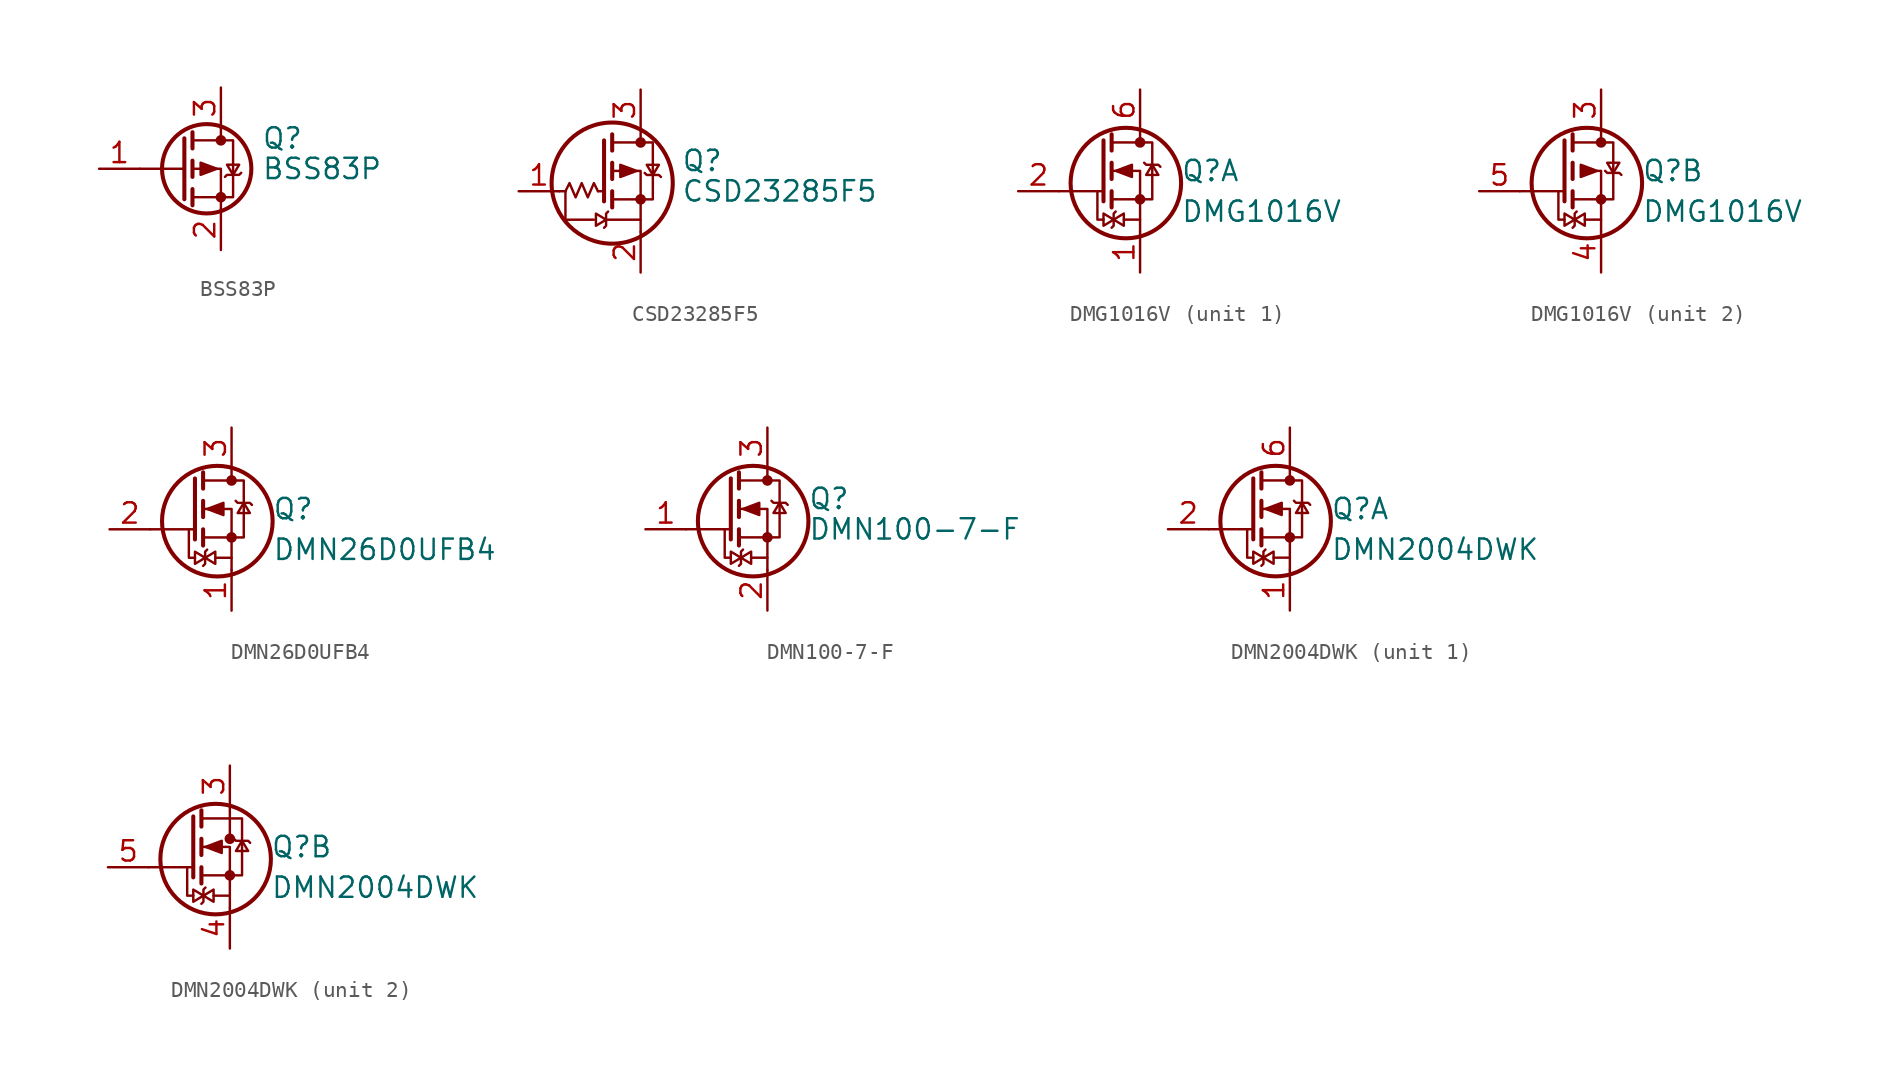
<source format=kicad_sym>
(kicad_symbol_lib
  (version 20220914)
  (generator kicad_symbol_editor)
  (symbol "BSS83P"
    (pin_names hide)
    (property "Reference" "Q"
      (at 5.08 1.905 0)
      (effects (font (size 1.27 1.27)) (justify left)))
    (property "Value" "BSS83P"
      (at 5.08 0 0)
      (effects (font (size 1.27 1.27)) (justify left)))
    (symbol "BSS83P_0_1"
      (polyline (pts (xy 0.254 0) (xy -2.54 0)) (stroke (width 0) (type default)) (fill (type none)))
      (polyline (pts (xy 0.254 1.905) (xy 0.254 -1.905)) (stroke (width 0.254) (type default)) (fill (type none)))
      (polyline (pts (xy 0.762 -1.27) (xy 0.762 -2.286)) (stroke (width 0.254) (type default)) (fill (type none)))
      (polyline (pts (xy 0.762 0.508) (xy 0.762 -0.508)) (stroke (width 0.254) (type default)) (fill (type none)))
      (polyline (pts (xy 0.762 2.286) (xy 0.762 1.27)) (stroke (width 0.254) (type default)) (fill (type none)))
      (polyline (pts (xy 2.54 2.54) (xy 2.54 1.778)) (stroke (width 0) (type default)) (fill (type none)))
      (polyline (pts (xy 2.54 -2.54) (xy 2.54 0) (xy 0.762 0)) (stroke (width 0) (type default)) (fill (type none)))
      (polyline (pts (xy 0.762 1.778) (xy 3.302 1.778) (xy 3.302 -1.778) (xy 0.762 -1.778)) (stroke (width 0) (type default)) (fill (type none)))
      (polyline (pts (xy 2.286 0) (xy 1.27 0.381) (xy 1.27 -0.381) (xy 2.286 0)) (stroke (width 0) (type default)) (fill (type outline)))
      (polyline (pts (xy 2.794 -0.508) (xy 2.921 -0.381) (xy 3.683 -0.381) (xy 3.81 -0.254)) (stroke (width 0) (type default)) (fill (type none)))
      (polyline (pts (xy 3.302 -0.381) (xy 2.921 0.254) (xy 3.683 0.254) (xy 3.302 -0.381)) (stroke (width 0) (type default)) (fill (type none)))
      (circle (center 1.651 0) (radius 2.794) (stroke (width 0.254) (type default)) (fill (type none)))
      (circle (center 2.54 -1.778) (radius 0.254) (stroke (width 0) (type default)) (fill (type outline)))
      (circle (center 2.54 1.778) (radius 0.254) (stroke (width 0) (type default)) (fill (type outline))))
    (symbol "BSS83P_1_1"
      (pin input line (at -5.08 0 0) (length 2.54) (name "G" (effects (font (size 1.27 1.27)))) (number "1" (effects (font (size 1.27 1.27)))))
      (pin passive line (at 2.54 -5.08 90) (length 2.54) (name "S" (effects (font (size 1.27 1.27)))) (number "2" (effects (font (size 1.27 1.27)))))
      (pin passive line (at 2.54 5.08 270) (length 2.54) (name "D" (effects (font (size 1.27 1.27)))) (number "3" (effects (font (size 1.27 1.27)))))))
  (symbol "CSD23285F5"
    (pin_names hide)
    (property "Reference" "Q"
      (at 5.08 1.905 0)
      (effects (font (size 1.27 1.27)) (justify left)))
    (property "Value" "CSD23285F5"
      (at 5.08 0 0)
      (effects (font (size 1.27 1.27)) (justify left)))
    (symbol "CSD23285F5_0_1"
      (polyline (pts (xy -2.159 0) (xy -2.54 0)) (stroke (width 0) (type default)) (fill (type none)))
      (polyline (pts (xy -0.127 0) (xy 0.127 0)) (stroke (width 0) (type default)) (fill (type none)))
      (polyline (pts (xy 0.254 3.175) (xy 0.254 -0.635)) (stroke (width 0.254) (type default)) (fill (type none)))
      (polyline (pts (xy 0.762 0) (xy 0.762 -1.016)) (stroke (width 0.254) (type default)) (fill (type none)))
      (polyline (pts (xy 0.762 1.778) (xy 0.762 0.762)) (stroke (width 0.254) (type default)) (fill (type none)))
      (polyline (pts (xy 0.762 3.556) (xy 0.762 2.54)) (stroke (width 0.254) (type default)) (fill (type none)))
      (polyline (pts (xy 2.54 -1.778) (xy 0.381 -1.778)) (stroke (width 0) (type default)) (fill (type none)))
      (polyline (pts (xy 2.54 3.81) (xy 2.54 3.048)) (stroke (width 0) (type default)) (fill (type none)))
      (polyline (pts (xy -2.159 0) (xy -2.159 -1.778) (xy -0.381 -1.778)) (stroke (width 0) (type default)) (fill (type none)))
      (polyline (pts (xy 2.54 -2.54) (xy 2.54 1.27) (xy 0.762 1.27)) (stroke (width 0) (type default)) (fill (type none)))
      (polyline (pts (xy 0.762 -0.508) (xy 3.302 -0.508) (xy 3.302 3.048) (xy 0.762 3.048)) (stroke (width 0) (type default)) (fill (type none)))
      (polyline (pts (xy 2.286 1.27) (xy 1.27 0.889) (xy 1.27 1.651) (xy 2.286 1.27)) (stroke (width 0) (type default)) (fill (type outline)))
      (polyline (pts (xy 3.302 1.016) (xy 3.683 1.651) (xy 2.921 1.651) (xy 3.302 1.016)) (stroke (width 0) (type default)) (fill (type none)))
      (polyline (pts (xy 3.81 0.889) (xy 3.683 1.016) (xy 2.921 1.016) (xy 2.794 1.143)) (stroke (width 0) (type default)) (fill (type none)))
      (polyline (pts (xy -2.159 0) (xy -1.905 0.508) (xy -1.524 -0.381) (xy -1.143 0.508) (xy -0.762 -0.381) (xy -0.381 0.508) (xy -0.127 0)) (stroke (width 0) (type default)) (fill (type none)))
      (circle (center 2.54 -0.508) (radius 0.254) (stroke (width 0) (type default)) (fill (type outline)))
      (circle (center 2.54 3.048) (radius 0.254) (stroke (width 0) (type default)) (fill (type outline))))
    (symbol "CSD23285F5_1_1"
      (polyline (pts (xy 0.381 -1.778) (xy -0.254 -1.397) (xy -0.254 -2.159) (xy 0.381 -1.778)) (stroke (width 0) (type default)) (fill (type none)))
      (polyline (pts (xy 0.508 -1.27) (xy 0.381 -1.397) (xy 0.381 -2.159) (xy 0.254 -2.286)) (stroke (width 0) (type default)) (fill (type none)))
      (circle (center 0.762 0.508) (radius 3.785) (stroke (width 0.254) (type default)) (fill (type none)))
      (pin input line (at -5.08 0 0) (length 2.54) (name "G" (effects (font (size 1.27 1.27)))) (number "1" (effects (font (size 1.27 1.27)))))
      (pin passive line (at 2.54 -5.08 90) (length 2.54) (name "S" (effects (font (size 1.27 1.27)))) (number "2" (effects (font (size 1.27 1.27)))))
      (pin passive line (at 2.54 6.35 270) (length 2.54) (name "D" (effects (font (size 1.27 1.27)))) (number "3" (effects (font (size 1.27 1.27)))))))
  (symbol "DMG1016V"
    (pin_names
      (offset 1.016) hide)
    (property "Reference" "Q"
      (at 7.62 1.27 0)
      (effects (font (size 1.27 1.27)) (justify left)))
    (property "Value" "DMG1016V"
      (at 7.62 -1.27 0)
      (effects (font (size 1.27 1.27)) (justify left)))
    (property "ki_locked" ""
      (at 0 0 0)
      (effects (font (size 1.27 1.27))))
    (symbol "DMG1016V_1_1"
      (polyline (pts (xy 2.794 0) (xy 0 0)) (stroke (width 0) (type default)) (fill (type none)))
      (polyline (pts (xy 2.794 3.175) (xy 2.794 -0.635)) (stroke (width 0.254) (type default)) (fill (type none)))
      (polyline (pts (xy 3.302 0) (xy 3.302 -1.016)) (stroke (width 0.254) (type default)) (fill (type none)))
      (polyline (pts (xy 3.302 1.778) (xy 3.302 0.762)) (stroke (width 0.254) (type default)) (fill (type none)))
      (polyline (pts (xy 3.302 3.556) (xy 3.302 2.54)) (stroke (width 0.254) (type default)) (fill (type none)))
      (polyline (pts (xy 5.08 -1.778) (xy 4.064 -1.778)) (stroke (width 0) (type default)) (fill (type none)))
      (polyline (pts (xy 5.08 3.81) (xy 5.08 3.048)) (stroke (width 0) (type default)) (fill (type none)))
      (polyline (pts (xy 2.413 0) (xy 2.413 -1.778) (xy 2.794 -1.778)) (stroke (width 0) (type default)) (fill (type none)))
      (polyline (pts (xy 5.08 -2.54) (xy 5.08 1.27) (xy 3.302 1.27)) (stroke (width 0) (type default)) (fill (type none)))
      (polyline (pts (xy 3.302 -2.286) (xy 3.429 -2.159) (xy 3.429 -1.397) (xy 3.556 -1.27)) (stroke (width 0) (type default)) (fill (type none)))
      (polyline (pts (xy 3.302 -0.508) (xy 5.842 -0.508) (xy 5.842 3.048) (xy 3.302 3.048)) (stroke (width 0) (type default)) (fill (type none)))
      (polyline (pts (xy 3.429 -1.778) (xy 2.794 -1.397) (xy 2.794 -2.159) (xy 3.429 -1.778)) (stroke (width 0) (type default)) (fill (type none)))
      (polyline (pts (xy 3.429 -1.778) (xy 4.064 -2.159) (xy 4.064 -1.397) (xy 3.429 -1.778)) (stroke (width 0) (type default)) (fill (type none)))
      (polyline (pts (xy 3.556 1.27) (xy 4.572 1.651) (xy 4.572 0.889) (xy 3.556 1.27)) (stroke (width 0) (type default)) (fill (type outline)))
      (polyline (pts (xy 5.334 1.778) (xy 5.461 1.651) (xy 6.223 1.651) (xy 6.35 1.524)) (stroke (width 0) (type default)) (fill (type none)))
      (polyline (pts (xy 5.842 1.651) (xy 5.461 1.016) (xy 6.223 1.016) (xy 5.842 1.651)) (stroke (width 0) (type default)) (fill (type none)))
      (circle (center 4.191 0.508) (radius 3.454) (stroke (width 0.254) (type default)) (fill (type none)))
      (circle (center 5.08 -0.508) (radius 0.254) (stroke (width 0) (type default)) (fill (type outline)))
      (circle (center 5.08 3.048) (radius 0.254) (stroke (width 0) (type default)) (fill (type outline)))
      (pin passive line (at 5.08 -5.08 90) (length 2.54) (name "S1" (effects (font (size 1.27 1.27)))) (number "1" (effects (font (size 1.27 1.27)))))
      (pin input line (at -2.54 0 0) (length 2.54) (name "G1" (effects (font (size 1.27 1.27)))) (number "2" (effects (font (size 1.27 1.27)))))
      (pin passive line (at 5.08 6.35 270) (length 2.54) (name "D1" (effects (font (size 1.27 1.27)))) (number "6" (effects (font (size 1.27 1.27))))))
    (symbol "DMG1016V_2_1"
      (polyline (pts (xy 2.794 0) (xy 0 0)) (stroke (width 0) (type default)) (fill (type none)))
      (polyline (pts (xy 2.794 3.175) (xy 2.794 -0.635)) (stroke (width 0.254) (type default)) (fill (type none)))
      (polyline (pts (xy 3.302 0) (xy 3.302 -1.016)) (stroke (width 0.254) (type default)) (fill (type none)))
      (polyline (pts (xy 3.302 1.778) (xy 3.302 0.762)) (stroke (width 0.254) (type default)) (fill (type none)))
      (polyline (pts (xy 3.302 3.556) (xy 3.302 2.54)) (stroke (width 0.254) (type default)) (fill (type none)))
      (polyline (pts (xy 5.08 -1.778) (xy 4.064 -1.778)) (stroke (width 0) (type default)) (fill (type none)))
      (polyline (pts (xy 5.08 3.81) (xy 5.08 3.048)) (stroke (width 0) (type default)) (fill (type none)))
      (polyline (pts (xy 2.413 0) (xy 2.413 -1.778) (xy 2.794 -1.778)) (stroke (width 0) (type default)) (fill (type none)))
      (polyline (pts (xy 5.08 -2.54) (xy 5.08 1.27) (xy 4.826 1.27)) (stroke (width 0) (type default)) (fill (type none)))
      (polyline (pts (xy 3.302 -2.286) (xy 3.429 -2.159) (xy 3.429 -1.397) (xy 3.556 -1.27)) (stroke (width 0) (type default)) (fill (type none)))
      (polyline (pts (xy 3.302 -0.508) (xy 5.842 -0.508) (xy 5.842 3.048) (xy 3.302 3.048)) (stroke (width 0) (type default)) (fill (type none)))
      (polyline (pts (xy 3.429 -1.778) (xy 2.794 -1.397) (xy 2.794 -2.159) (xy 3.429 -1.778)) (stroke (width 0) (type default)) (fill (type none)))
      (polyline (pts (xy 3.429 -1.778) (xy 4.064 -2.159) (xy 4.064 -1.397) (xy 3.429 -1.778)) (stroke (width 0) (type default)) (fill (type none)))
      (polyline (pts (xy 4.826 1.27) (xy 3.81 0.889) (xy 3.81 1.651) (xy 4.826 1.27)) (stroke (width 0) (type default)) (fill (type outline)))
      (polyline (pts (xy 5.842 1.143) (xy 6.223 1.778) (xy 5.461 1.778) (xy 5.842 1.143)) (stroke (width 0) (type default)) (fill (type none)))
      (polyline (pts (xy 6.35 1.016) (xy 6.223 1.143) (xy 5.461 1.143) (xy 5.334 1.27)) (stroke (width 0) (type default)) (fill (type none)))
      (circle (center 4.191 0.508) (radius 3.454) (stroke (width 0.254) (type default)) (fill (type none)))
      (circle (center 5.08 -0.508) (radius 0.254) (stroke (width 0) (type default)) (fill (type outline)))
      (circle (center 5.08 3.048) (radius 0.254) (stroke (width 0) (type default)) (fill (type outline)))
      (pin passive line (at 5.08 6.35 270) (length 2.54) (name "D2" (effects (font (size 1.27 1.27)))) (number "3" (effects (font (size 1.27 1.27)))))
      (pin passive line (at 5.08 -5.08 90) (length 2.54) (name "S2" (effects (font (size 1.27 1.27)))) (number "4" (effects (font (size 1.27 1.27)))))
      (pin input line (at -2.54 0 0) (length 2.54) (name "G2" (effects (font (size 1.27 1.27)))) (number "5" (effects (font (size 1.27 1.27)))))))
  (symbol "DMN26D0UFB4"
    (pin_names
      (offset 1.016) hide)
    (property "Reference" "Q"
      (at 7.62 1.27 0)
      (effects (font (size 1.27 1.27)) (justify left)))
    (property "Value" "DMN26D0UFB4"
      (at 7.62 -1.27 0)
      (effects (font (size 1.27 1.27)) (justify left)))
    (symbol "DMN26D0UFB4_1_1"
      (polyline (pts (xy 2.794 0) (xy 0 0)) (stroke (width 0) (type default)) (fill (type none)))
      (polyline (pts (xy 2.794 3.175) (xy 2.794 -0.635)) (stroke (width 0.254) (type default)) (fill (type none)))
      (polyline (pts (xy 3.302 0) (xy 3.302 -1.016)) (stroke (width 0.254) (type default)) (fill (type none)))
      (polyline (pts (xy 3.302 1.778) (xy 3.302 0.762)) (stroke (width 0.254) (type default)) (fill (type none)))
      (polyline (pts (xy 3.302 3.556) (xy 3.302 2.54)) (stroke (width 0.254) (type default)) (fill (type none)))
      (polyline (pts (xy 5.08 -1.778) (xy 4.064 -1.778)) (stroke (width 0) (type default)) (fill (type none)))
      (polyline (pts (xy 5.08 3.81) (xy 5.08 3.048)) (stroke (width 0) (type default)) (fill (type none)))
      (polyline (pts (xy 2.413 0) (xy 2.413 -1.778) (xy 2.794 -1.778)) (stroke (width 0) (type default)) (fill (type none)))
      (polyline (pts (xy 5.08 -2.54) (xy 5.08 1.27) (xy 3.302 1.27)) (stroke (width 0) (type default)) (fill (type none)))
      (polyline (pts (xy 3.302 -2.286) (xy 3.429 -2.159) (xy 3.429 -1.397) (xy 3.556 -1.27)) (stroke (width 0) (type default)) (fill (type none)))
      (polyline (pts (xy 3.302 -0.508) (xy 5.842 -0.508) (xy 5.842 3.048) (xy 3.302 3.048)) (stroke (width 0) (type default)) (fill (type none)))
      (polyline (pts (xy 3.429 -1.778) (xy 2.794 -1.397) (xy 2.794 -2.159) (xy 3.429 -1.778)) (stroke (width 0) (type default)) (fill (type none)))
      (polyline (pts (xy 3.429 -1.778) (xy 4.064 -2.159) (xy 4.064 -1.397) (xy 3.429 -1.778)) (stroke (width 0) (type default)) (fill (type none)))
      (polyline (pts (xy 3.556 1.27) (xy 4.572 1.651) (xy 4.572 0.889) (xy 3.556 1.27)) (stroke (width 0) (type default)) (fill (type outline)))
      (polyline (pts (xy 5.334 1.778) (xy 5.461 1.651) (xy 6.223 1.651) (xy 6.35 1.524)) (stroke (width 0) (type default)) (fill (type none)))
      (polyline (pts (xy 5.842 1.651) (xy 5.461 1.016) (xy 6.223 1.016) (xy 5.842 1.651)) (stroke (width 0) (type default)) (fill (type none)))
      (circle (center 4.191 0.508) (radius 3.454) (stroke (width 0.254) (type default)) (fill (type none)))
      (circle (center 5.08 -0.508) (radius 0.254) (stroke (width 0) (type default)) (fill (type outline)))
      (circle (center 5.08 3.048) (radius 0.254) (stroke (width 0) (type default)) (fill (type outline)))
      (pin passive line (at 5.08 -5.08 90) (length 2.54) (name "S" (effects (font (size 1.27 1.27)))) (number "1" (effects (font (size 1.27 1.27)))))
      (pin input line (at -2.54 0 0) (length 2.54) (name "G" (effects (font (size 1.27 1.27)))) (number "2" (effects (font (size 1.27 1.27)))))
      (pin passive line (at 5.08 6.35 270) (length 2.54) (name "D" (effects (font (size 1.27 1.27)))) (number "3" (effects (font (size 1.27 1.27)))))))
  (symbol "DMN100-7-F"
    (pin_names hide)
    (property "Reference" "Q"
      (at 5.08 1.905 0)
      (effects (font (size 1.27 1.27)) (justify left)))
    (property "Value" "DMN100-7-F"
      (at 5.08 0 0)
      (effects (font (size 1.27 1.27)) (justify left)))
    (symbol "DMN100-7-F_0_1"
      (polyline (pts (xy 0.254 0) (xy -2.54 0)) (stroke (width 0) (type default)) (fill (type none)))
      (polyline (pts (xy 0.254 3.175) (xy 0.254 -0.635)) (stroke (width 0.254) (type default)) (fill (type none)))
      (polyline (pts (xy 0.762 0) (xy 0.762 -1.016)) (stroke (width 0.254) (type default)) (fill (type none)))
      (polyline (pts (xy 0.762 1.778) (xy 0.762 0.762)) (stroke (width 0.254) (type default)) (fill (type none)))
      (polyline (pts (xy 0.762 3.556) (xy 0.762 2.54)) (stroke (width 0.254) (type default)) (fill (type none)))
      (polyline (pts (xy 2.54 -1.778) (xy 1.524 -1.778)) (stroke (width 0) (type default)) (fill (type none)))
      (polyline (pts (xy 2.54 3.81) (xy 2.54 3.048)) (stroke (width 0) (type default)) (fill (type none)))
      (polyline (pts (xy -0.127 0) (xy -0.127 -1.778) (xy 0.254 -1.778)) (stroke (width 0) (type default)) (fill (type none)))
      (polyline (pts (xy 2.54 -2.54) (xy 2.54 1.27) (xy 0.762 1.27)) (stroke (width 0) (type default)) (fill (type none)))
      (polyline (pts (xy 0.762 -0.508) (xy 3.302 -0.508) (xy 3.302 3.048) (xy 0.762 3.048)) (stroke (width 0) (type default)) (fill (type none)))
      (polyline (pts (xy 1.016 1.27) (xy 2.032 1.651) (xy 2.032 0.889) (xy 1.016 1.27)) (stroke (width 0) (type default)) (fill (type outline)))
      (polyline (pts (xy 2.794 1.778) (xy 2.921 1.651) (xy 3.683 1.651) (xy 3.81 1.524)) (stroke (width 0) (type default)) (fill (type none)))
      (polyline (pts (xy 3.302 1.651) (xy 2.921 1.016) (xy 3.683 1.016) (xy 3.302 1.651)) (stroke (width 0) (type default)) (fill (type none)))
      (circle (center 2.54 -0.508) (radius 0.254) (stroke (width 0) (type default)) (fill (type outline)))
      (circle (center 2.54 3.048) (radius 0.254) (stroke (width 0) (type default)) (fill (type outline))))
    (symbol "DMN100-7-F_1_1"
      (polyline (pts (xy 0.762 -2.286) (xy 0.889 -2.159) (xy 0.889 -1.397) (xy 1.016 -1.27)) (stroke (width 0) (type default)) (fill (type none)))
      (polyline (pts (xy 0.889 -1.778) (xy 0.254 -1.397) (xy 0.254 -2.159) (xy 0.889 -1.778)) (stroke (width 0) (type default)) (fill (type none)))
      (polyline (pts (xy 0.889 -1.778) (xy 1.524 -2.159) (xy 1.524 -1.397) (xy 0.889 -1.778)) (stroke (width 0) (type default)) (fill (type none)))
      (circle (center 1.651 0.508) (radius 3.454) (stroke (width 0.254) (type default)) (fill (type none)))
      (pin input line (at -5.08 0 0) (length 2.54) (name "G" (effects (font (size 1.27 1.27)))) (number "1" (effects (font (size 1.27 1.27)))))
      (pin passive line (at 2.54 -5.08 90) (length 2.54) (name "S" (effects (font (size 1.27 1.27)))) (number "2" (effects (font (size 1.27 1.27)))))
      (pin passive line (at 2.54 6.35 270) (length 2.54) (name "D" (effects (font (size 1.27 1.27)))) (number "3" (effects (font (size 1.27 1.27)))))))
  (symbol "DMN2004DWK"
    (pin_names
      (offset 1.016) hide)
    (property "Reference" "Q"
      (at 7.62 1.27 0)
      (effects (font (size 1.27 1.27)) (justify left)))
    (property "Value" "DMN2004DWK"
      (at 7.62 -1.27 0)
      (effects (font (size 1.27 1.27)) (justify left)))
    (symbol "DMN2004DWK_1_1"
      (polyline (pts (xy 2.794 0) (xy 0 0)) (stroke (width 0) (type default)) (fill (type none)))
      (polyline (pts (xy 2.794 3.175) (xy 2.794 -0.635)) (stroke (width 0.254) (type default)) (fill (type none)))
      (polyline (pts (xy 3.302 0) (xy 3.302 -1.016)) (stroke (width 0.254) (type default)) (fill (type none)))
      (polyline (pts (xy 3.302 1.778) (xy 3.302 0.762)) (stroke (width 0.254) (type default)) (fill (type none)))
      (polyline (pts (xy 3.302 3.556) (xy 3.302 2.54)) (stroke (width 0.254) (type default)) (fill (type none)))
      (polyline (pts (xy 5.08 -1.778) (xy 4.064 -1.778)) (stroke (width 0) (type default)) (fill (type none)))
      (polyline (pts (xy 5.08 3.81) (xy 5.08 3.048)) (stroke (width 0) (type default)) (fill (type none)))
      (polyline (pts (xy 2.413 0) (xy 2.413 -1.778) (xy 2.794 -1.778)) (stroke (width 0) (type default)) (fill (type none)))
      (polyline (pts (xy 5.08 -2.54) (xy 5.08 1.27) (xy 3.302 1.27)) (stroke (width 0) (type default)) (fill (type none)))
      (polyline (pts (xy 3.302 -2.286) (xy 3.429 -2.159) (xy 3.429 -1.397) (xy 3.556 -1.27)) (stroke (width 0) (type default)) (fill (type none)))
      (polyline (pts (xy 3.302 -0.508) (xy 5.842 -0.508) (xy 5.842 3.048) (xy 3.302 3.048)) (stroke (width 0) (type default)) (fill (type none)))
      (polyline (pts (xy 3.429 -1.778) (xy 2.794 -1.397) (xy 2.794 -2.159) (xy 3.429 -1.778)) (stroke (width 0) (type default)) (fill (type none)))
      (polyline (pts (xy 3.429 -1.778) (xy 4.064 -2.159) (xy 4.064 -1.397) (xy 3.429 -1.778)) (stroke (width 0) (type default)) (fill (type none)))
      (polyline (pts (xy 3.556 1.27) (xy 4.572 1.651) (xy 4.572 0.889) (xy 3.556 1.27)) (stroke (width 0) (type default)) (fill (type outline)))
      (polyline (pts (xy 5.334 1.778) (xy 5.461 1.651) (xy 6.223 1.651) (xy 6.35 1.524)) (stroke (width 0) (type default)) (fill (type none)))
      (polyline (pts (xy 5.842 1.651) (xy 5.461 1.016) (xy 6.223 1.016) (xy 5.842 1.651)) (stroke (width 0) (type default)) (fill (type none)))
      (circle (center 4.191 0.508) (radius 3.454) (stroke (width 0.254) (type default)) (fill (type none)))
      (circle (center 5.08 -0.508) (radius 0.254) (stroke (width 0) (type default)) (fill (type outline)))
      (circle (center 5.08 3.048) (radius 0.254) (stroke (width 0) (type default)) (fill (type outline)))
      (pin passive line (at 5.08 -5.08 90) (length 2.54) (name "S1" (effects (font (size 1.27 1.27)))) (number "1" (effects (font (size 1.27 1.27)))))
      (pin input line (at -2.54 0 0) (length 2.54) (name "G1" (effects (font (size 1.27 1.27)))) (number "2" (effects (font (size 1.27 1.27)))))
      (pin passive line (at 5.08 6.35 270) (length 2.54) (name "D1" (effects (font (size 1.27 1.27)))) (number "6" (effects (font (size 1.27 1.27))))))
    (symbol "DMN2004DWK_2_1"
      (polyline (pts (xy 2.794 0) (xy 0 0)) (stroke (width 0) (type default)) (fill (type none)))
      (polyline (pts (xy 2.794 3.175) (xy 2.794 -0.635)) (stroke (width 0.254) (type default)) (fill (type none)))
      (polyline (pts (xy 3.302 0) (xy 3.302 -1.016)) (stroke (width 0.254) (type default)) (fill (type none)))
      (polyline (pts (xy 3.302 1.778) (xy 3.302 0.762)) (stroke (width 0.254) (type default)) (fill (type none)))
      (polyline (pts (xy 3.302 3.556) (xy 3.302 2.54)) (stroke (width 0.254) (type default)) (fill (type none)))
      (polyline (pts (xy 5.08 -1.778) (xy 4.064 -1.778)) (stroke (width 0) (type default)) (fill (type none)))
      (polyline (pts (xy 5.08 3.81) (xy 5.08 1.778)) (stroke (width 0) (type default)) (fill (type none)))
      (polyline (pts (xy 2.413 0) (xy 2.413 -1.778) (xy 2.794 -1.778)) (stroke (width 0) (type default)) (fill (type none)))
      (polyline (pts (xy 5.08 -2.54) (xy 5.08 1.27) (xy 3.302 1.27)) (stroke (width 0) (type default)) (fill (type none)))
      (polyline (pts (xy 3.302 -2.286) (xy 3.429 -2.159) (xy 3.429 -1.397) (xy 3.556 -1.27)) (stroke (width 0) (type default)) (fill (type none)))
      (polyline (pts (xy 3.302 -0.508) (xy 5.842 -0.508) (xy 5.842 3.048) (xy 3.302 3.048)) (stroke (width 0) (type default)) (fill (type none)))
      (polyline (pts (xy 3.429 -1.778) (xy 2.794 -1.397) (xy 2.794 -2.159) (xy 3.429 -1.778)) (stroke (width 0) (type default)) (fill (type none)))
      (polyline (pts (xy 3.429 -1.778) (xy 4.064 -2.159) (xy 4.064 -1.397) (xy 3.429 -1.778)) (stroke (width 0) (type default)) (fill (type none)))
      (polyline (pts (xy 3.556 1.27) (xy 4.572 1.651) (xy 4.572 0.889) (xy 3.556 1.27)) (stroke (width 0) (type default)) (fill (type outline)))
      (polyline (pts (xy 5.334 1.778) (xy 5.461 1.651) (xy 6.223 1.651) (xy 6.35 1.524)) (stroke (width 0) (type default)) (fill (type none)))
      (polyline (pts (xy 5.842 1.651) (xy 5.461 1.016) (xy 6.223 1.016) (xy 5.842 1.651)) (stroke (width 0) (type default)) (fill (type none)))
      (circle (center 4.191 0.508) (radius 3.454) (stroke (width 0.254) (type default)) (fill (type none)))
      (circle (center 5.08 -0.508) (radius 0.254) (stroke (width 0) (type default)) (fill (type outline)))
      (circle (center 5.08 1.778) (radius 0.254) (stroke (width 0) (type default)) (fill (type outline)))
      (pin passive line (at 5.08 6.35 270) (length 2.54) (name "D2" (effects (font (size 1.27 1.27)))) (number "3" (effects (font (size 1.27 1.27)))))
      (pin passive line (at 5.08 -5.08 90) (length 2.54) (name "S2" (effects (font (size 1.27 1.27)))) (number "4" (effects (font (size 1.27 1.27)))))
      (pin input line (at -2.54 0 0) (length 2.54) (name "G2" (effects (font (size 1.27 1.27)))) (number "5" (effects (font (size 1.27 1.27))))))))
</source>
